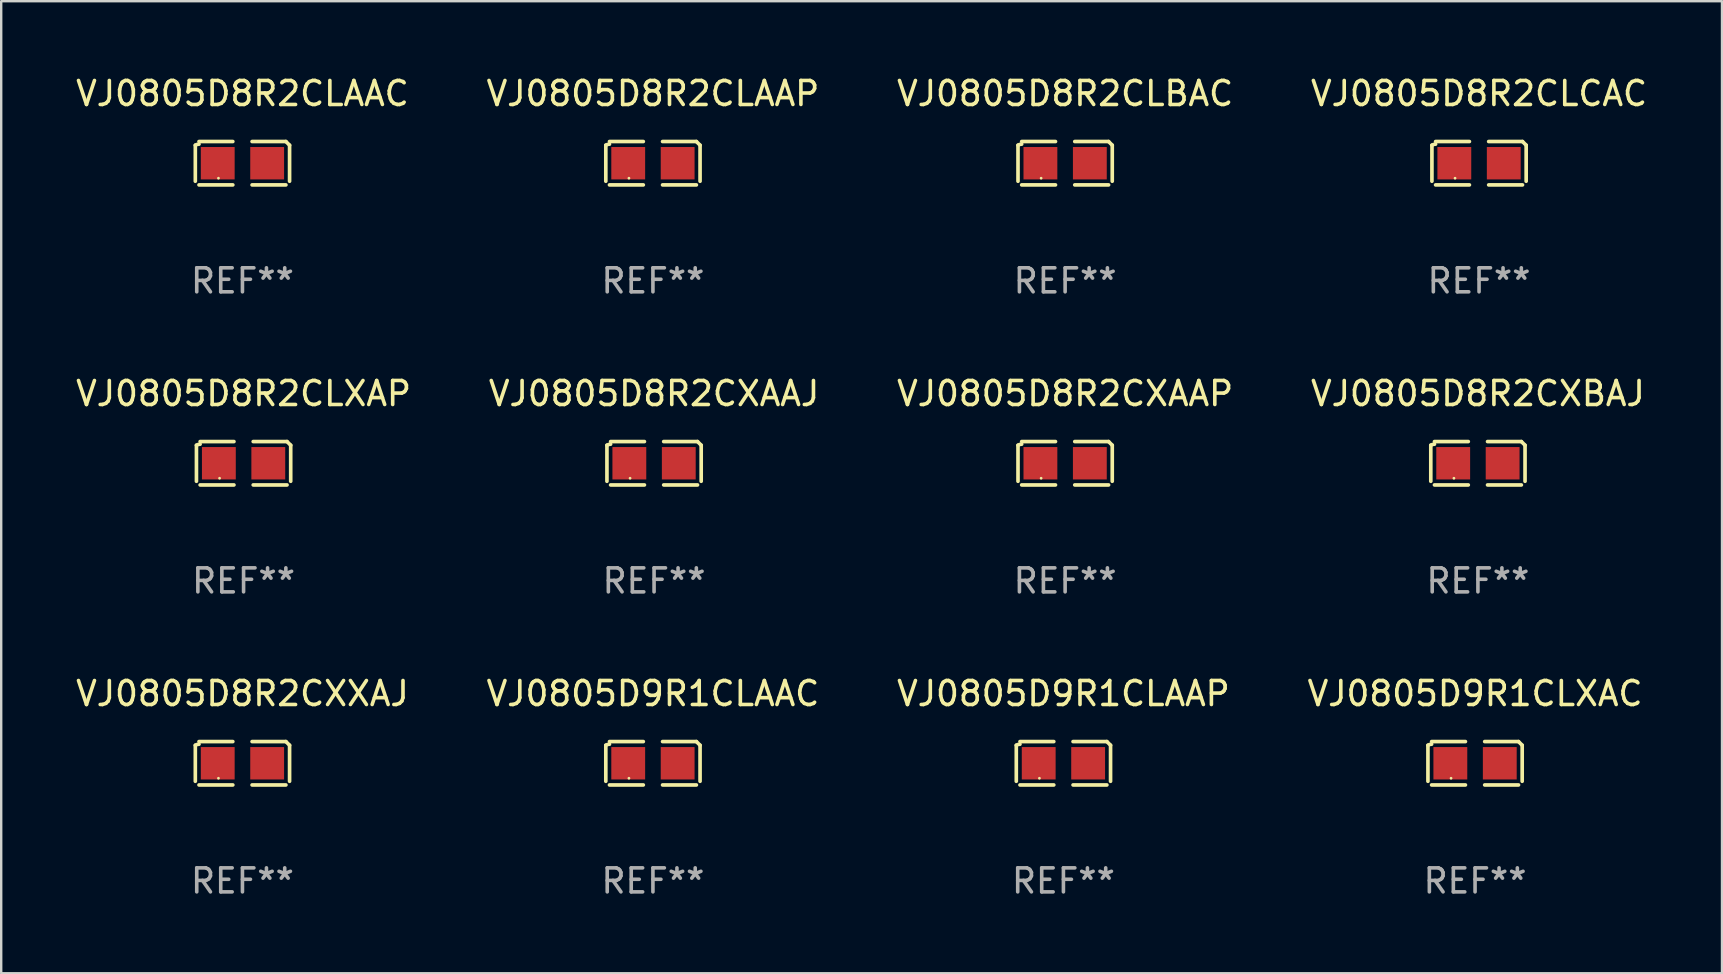
<source format=kicad_pcb>
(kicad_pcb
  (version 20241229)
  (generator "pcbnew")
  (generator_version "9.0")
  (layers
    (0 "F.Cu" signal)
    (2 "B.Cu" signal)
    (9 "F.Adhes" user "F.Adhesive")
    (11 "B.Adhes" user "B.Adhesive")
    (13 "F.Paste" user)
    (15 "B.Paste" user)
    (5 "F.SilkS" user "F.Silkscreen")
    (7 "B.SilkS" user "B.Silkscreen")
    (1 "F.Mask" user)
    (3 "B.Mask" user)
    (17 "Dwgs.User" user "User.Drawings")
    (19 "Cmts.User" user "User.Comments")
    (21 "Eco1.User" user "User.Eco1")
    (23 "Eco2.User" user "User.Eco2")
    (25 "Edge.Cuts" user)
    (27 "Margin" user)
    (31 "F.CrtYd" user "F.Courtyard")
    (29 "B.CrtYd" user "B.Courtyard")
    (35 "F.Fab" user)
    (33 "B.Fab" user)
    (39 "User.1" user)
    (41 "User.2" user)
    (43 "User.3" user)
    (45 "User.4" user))
  (footprint "VJ0805D8R2CXBAJ"
    (layer "F.Cu")
    (at 58.542 16.256)
    (property "Reference" "VJ0805D8R2CXBAJ" (at 0 -2.904 0) (layer "F.SilkS") (effects (font (size 1 1) (thickness 0.15))))
    (attr through_hole)
    (fp_line (start -1.964 0.751) (end -1.964 -0.751) (stroke (width 0.152) (type solid)) (layer "F.SilkS"))
    (fp_line (start -1.811 -0.904) (end -0.401 -0.904) (stroke (width 0.152) (type solid)) (layer "F.SilkS"))
    (fp_line (start -0.401 0.904) (end -1.811 0.904) (stroke (width 0.152) (type solid)) (layer "F.SilkS"))
    (fp_line (start 0.401 0.904) (end 1.811 0.904) (stroke (width 0.152) (type solid)) (layer "F.SilkS"))
    (fp_line (start 1.811 -0.904) (end 0.401 -0.904) (stroke (width 0.152) (type solid)) (layer "F.SilkS"))
    (fp_line (start 1.964 0.751) (end 1.964 -0.751) (stroke (width 0.152) (type solid)) (layer "F.SilkS"))
    (fp_arc (start -1.963602 -0.751207) (mid -1.890354 -0.783131) (end -1.811201 -0.794044) (stroke (width 0.1524) (type solid)) (layer "F.SilkS"))
    (fp_arc (start 1.811202 -0.903607) (mid 1.887413 -0.827418) (end 1.963602 -0.751207) (stroke (width 0.1524) (type solid)) (layer "F.SilkS"))
    (fp_circle (center -1 0.625) (end -0.97 0.625) (stroke (width 0.06) (type solid)) (fill no) (layer "F.SilkS"))
    (fp_text user "REF**" (at 0 4.904 0) (layer "F.Fab") (effects (font (size 1 1) (thickness 0.15))))
    (pad "1" smd rect (at -1.03 0) (size 1.41 1.35) (layers "F.Cu" "F.Mask" "F.Paste"))
    (pad "2" smd rect (at 1.03 0) (size 1.41 1.35) (layers "F.Cu" "F.Mask" "F.Paste")))
  (footprint "VJ0805D8R2CLCAC"
    (layer "F.Cu")
    (at 58.589 3.752)
    (property "Reference" "VJ0805D8R2CLCAC" (at 0 -2.904 0) (layer "F.SilkS") (effects (font (size 1 1) (thickness 0.15))))
    (attr through_hole)
    (fp_line (start -1.964 0.751) (end -1.964 -0.751) (stroke (width 0.152) (type solid)) (layer "F.SilkS"))
    (fp_line (start -1.811 -0.904) (end -0.401 -0.904) (stroke (width 0.152) (type solid)) (layer "F.SilkS"))
    (fp_line (start -0.401 0.904) (end -1.811 0.904) (stroke (width 0.152) (type solid)) (layer "F.SilkS"))
    (fp_line (start 0.401 0.904) (end 1.811 0.904) (stroke (width 0.152) (type solid)) (layer "F.SilkS"))
    (fp_line (start 1.811 -0.904) (end 0.401 -0.904) (stroke (width 0.152) (type solid)) (layer "F.SilkS"))
    (fp_line (start 1.964 0.751) (end 1.964 -0.751) (stroke (width 0.152) (type solid)) (layer "F.SilkS"))
    (fp_arc (start -1.963602 -0.751207) (mid -1.890354 -0.783131) (end -1.811201 -0.794044) (stroke (width 0.1524) (type solid)) (layer "F.SilkS"))
    (fp_arc (start 1.811202 -0.903607) (mid 1.887413 -0.827418) (end 1.963602 -0.751207) (stroke (width 0.1524) (type solid)) (layer "F.SilkS"))
    (fp_circle (center -1 0.625) (end -0.97 0.625) (stroke (width 0.06) (type solid)) (fill no) (layer "F.SilkS"))
    (fp_text user "REF**" (at 0 4.904 0) (layer "F.Fab") (effects (font (size 1 1) (thickness 0.15))))
    (pad "1" smd rect (at -1.03 0) (size 1.41 1.35) (layers "F.Cu" "F.Mask" "F.Paste"))
    (pad "2" smd rect (at 1.03 0) (size 1.41 1.35) (layers "F.Cu" "F.Mask" "F.Paste")))
  (footprint "VJ0805D8R2CXAAJ"
    (layer "F.Cu")
    (at 24.208 16.256)
    (property "Reference" "VJ0805D8R2CXAAJ" (at 0 -2.904 0) (layer "F.SilkS") (effects (font (size 1 1) (thickness 0.15))))
    (attr through_hole)
    (fp_line (start -1.964 0.751) (end -1.964 -0.751) (stroke (width 0.152) (type solid)) (layer "F.SilkS"))
    (fp_line (start -1.811 -0.904) (end -0.401 -0.904) (stroke (width 0.152) (type solid)) (layer "F.SilkS"))
    (fp_line (start -0.401 0.904) (end -1.811 0.904) (stroke (width 0.152) (type solid)) (layer "F.SilkS"))
    (fp_line (start 0.401 0.904) (end 1.811 0.904) (stroke (width 0.152) (type solid)) (layer "F.SilkS"))
    (fp_line (start 1.811 -0.904) (end 0.401 -0.904) (stroke (width 0.152) (type solid)) (layer "F.SilkS"))
    (fp_line (start 1.964 0.751) (end 1.964 -0.751) (stroke (width 0.152) (type solid)) (layer "F.SilkS"))
    (fp_arc (start -1.963602 -0.751207) (mid -1.890354 -0.783131) (end -1.811201 -0.794044) (stroke (width 0.1524) (type solid)) (layer "F.SilkS"))
    (fp_arc (start 1.811202 -0.903607) (mid 1.887413 -0.827418) (end 1.963602 -0.751207) (stroke (width 0.1524) (type solid)) (layer "F.SilkS"))
    (fp_circle (center -1 0.625) (end -0.97 0.625) (stroke (width 0.06) (type solid)) (fill no) (layer "F.SilkS"))
    (fp_text user "REF**" (at 0 4.904 0) (layer "F.Fab") (effects (font (size 1 1) (thickness 0.15))))
    (pad "1" smd rect (at -1.03 0) (size 1.41 1.35) (layers "F.Cu" "F.Mask" "F.Paste"))
    (pad "2" smd rect (at 1.03 0) (size 1.41 1.35) (layers "F.Cu" "F.Mask" "F.Paste")))
  (footprint "VJ0805D8R2CXXAJ"
    (layer "F.Cu")
    (at 7.054 28.759)
    (property "Reference" "VJ0805D8R2CXXAJ" (at 0 -2.904 0) (layer "F.SilkS") (effects (font (size 1 1) (thickness 0.15))))
    (attr through_hole)
    (fp_line (start -1.964 0.751) (end -1.964 -0.751) (stroke (width 0.152) (type solid)) (layer "F.SilkS"))
    (fp_line (start -1.811 -0.904) (end -0.401 -0.904) (stroke (width 0.152) (type solid)) (layer "F.SilkS"))
    (fp_line (start -0.401 0.904) (end -1.811 0.904) (stroke (width 0.152) (type solid)) (layer "F.SilkS"))
    (fp_line (start 0.401 0.904) (end 1.811 0.904) (stroke (width 0.152) (type solid)) (layer "F.SilkS"))
    (fp_line (start 1.811 -0.904) (end 0.401 -0.904) (stroke (width 0.152) (type solid)) (layer "F.SilkS"))
    (fp_line (start 1.964 0.751) (end 1.964 -0.751) (stroke (width 0.152) (type solid)) (layer "F.SilkS"))
    (fp_arc (start -1.963602 -0.751207) (mid -1.890354 -0.783131) (end -1.811201 -0.794044) (stroke (width 0.1524) (type solid)) (layer "F.SilkS"))
    (fp_arc (start 1.811202 -0.903607) (mid 1.887413 -0.827418) (end 1.963602 -0.751207) (stroke (width 0.1524) (type solid)) (layer "F.SilkS"))
    (fp_circle (center -1 0.625) (end -0.97 0.625) (stroke (width 0.06) (type solid)) (fill no) (layer "F.SilkS"))
    (fp_text user "REF**" (at 0 4.904 0) (layer "F.Fab") (effects (font (size 1 1) (thickness 0.15))))
    (pad "1" smd rect (at -1.03 0) (size 1.41 1.35) (layers "F.Cu" "F.Mask" "F.Paste"))
    (pad "2" smd rect (at 1.03 0) (size 1.41 1.35) (layers "F.Cu" "F.Mask" "F.Paste")))
  (footprint "VJ0805D8R2CXAAP"
    (layer "F.Cu")
    (at 41.339 16.256)
    (property "Reference" "VJ0805D8R2CXAAP" (at 0 -2.904 0) (layer "F.SilkS") (effects (font (size 1 1) (thickness 0.15))))
    (attr through_hole)
    (fp_line (start -1.964 0.751) (end -1.964 -0.751) (stroke (width 0.152) (type solid)) (layer "F.SilkS"))
    (fp_line (start -1.811 -0.904) (end -0.401 -0.904) (stroke (width 0.152) (type solid)) (layer "F.SilkS"))
    (fp_line (start -0.401 0.904) (end -1.811 0.904) (stroke (width 0.152) (type solid)) (layer "F.SilkS"))
    (fp_line (start 0.401 0.904) (end 1.811 0.904) (stroke (width 0.152) (type solid)) (layer "F.SilkS"))
    (fp_line (start 1.811 -0.904) (end 0.401 -0.904) (stroke (width 0.152) (type solid)) (layer "F.SilkS"))
    (fp_line (start 1.964 0.751) (end 1.964 -0.751) (stroke (width 0.152) (type solid)) (layer "F.SilkS"))
    (fp_arc (start -1.963602 -0.751207) (mid -1.890354 -0.783131) (end -1.811201 -0.794044) (stroke (width 0.1524) (type solid)) (layer "F.SilkS"))
    (fp_arc (start 1.811202 -0.903607) (mid 1.887413 -0.827418) (end 1.963602 -0.751207) (stroke (width 0.1524) (type solid)) (layer "F.SilkS"))
    (fp_circle (center -1 0.625) (end -0.97 0.625) (stroke (width 0.06) (type solid)) (fill no) (layer "F.SilkS"))
    (fp_text user "REF**" (at 0 4.904 0) (layer "F.Fab") (effects (font (size 1 1) (thickness 0.15))))
    (pad "1" smd rect (at -1.03 0) (size 1.41 1.35) (layers "F.Cu" "F.Mask" "F.Paste"))
    (pad "2" smd rect (at 1.03 0) (size 1.41 1.35) (layers "F.Cu" "F.Mask" "F.Paste")))
  (footprint "VJ0805D8R2CLXAP"
    (layer "F.Cu")
    (at 7.101 16.256)
    (property "Reference" "VJ0805D8R2CLXAP" (at 0 -2.904 0) (layer "F.SilkS") (effects (font (size 1 1) (thickness 0.15))))
    (attr through_hole)
    (fp_line (start -1.964 0.751) (end -1.964 -0.751) (stroke (width 0.152) (type solid)) (layer "F.SilkS"))
    (fp_line (start -1.811 -0.904) (end -0.401 -0.904) (stroke (width 0.152) (type solid)) (layer "F.SilkS"))
    (fp_line (start -0.401 0.904) (end -1.811 0.904) (stroke (width 0.152) (type solid)) (layer "F.SilkS"))
    (fp_line (start 0.401 0.904) (end 1.811 0.904) (stroke (width 0.152) (type solid)) (layer "F.SilkS"))
    (fp_line (start 1.811 -0.904) (end 0.401 -0.904) (stroke (width 0.152) (type solid)) (layer "F.SilkS"))
    (fp_line (start 1.964 0.751) (end 1.964 -0.751) (stroke (width 0.152) (type solid)) (layer "F.SilkS"))
    (fp_arc (start -1.963602 -0.751207) (mid -1.890354 -0.783131) (end -1.811201 -0.794044) (stroke (width 0.1524) (type solid)) (layer "F.SilkS"))
    (fp_arc (start 1.811202 -0.903607) (mid 1.887413 -0.827418) (end 1.963602 -0.751207) (stroke (width 0.1524) (type solid)) (layer "F.SilkS"))
    (fp_circle (center -1 0.625) (end -0.97 0.625) (stroke (width 0.06) (type solid)) (fill no) (layer "F.SilkS"))
    (fp_text user "REF**" (at 0 4.904 0) (layer "F.Fab") (effects (font (size 1 1) (thickness 0.15))))
    (pad "1" smd rect (at -1.03 0) (size 1.41 1.35) (layers "F.Cu" "F.Mask" "F.Paste"))
    (pad "2" smd rect (at 1.03 0) (size 1.41 1.35) (layers "F.Cu" "F.Mask" "F.Paste")))
  (footprint "VJ0805D8R2CLAAC"
    (layer "F.Cu")
    (at 7.054 3.752)
    (property "Reference" "VJ0805D8R2CLAAC" (at 0 -2.904 0) (layer "F.SilkS") (effects (font (size 1 1) (thickness 0.15))))
    (attr through_hole)
    (fp_line (start -1.964 0.751) (end -1.964 -0.751) (stroke (width 0.152) (type solid)) (layer "F.SilkS"))
    (fp_line (start -1.811 -0.904) (end -0.401 -0.904) (stroke (width 0.152) (type solid)) (layer "F.SilkS"))
    (fp_line (start -0.401 0.904) (end -1.811 0.904) (stroke (width 0.152) (type solid)) (layer "F.SilkS"))
    (fp_line (start 0.401 0.904) (end 1.811 0.904) (stroke (width 0.152) (type solid)) (layer "F.SilkS"))
    (fp_line (start 1.811 -0.904) (end 0.401 -0.904) (stroke (width 0.152) (type solid)) (layer "F.SilkS"))
    (fp_line (start 1.964 0.751) (end 1.964 -0.751) (stroke (width 0.152) (type solid)) (layer "F.SilkS"))
    (fp_arc (start -1.963602 -0.751207) (mid -1.890354 -0.783131) (end -1.811201 -0.794044) (stroke (width 0.1524) (type solid)) (layer "F.SilkS"))
    (fp_arc (start 1.811202 -0.903607) (mid 1.887413 -0.827418) (end 1.963602 -0.751207) (stroke (width 0.1524) (type solid)) (layer "F.SilkS"))
    (fp_circle (center -1 0.625) (end -0.97 0.625) (stroke (width 0.06) (type solid)) (fill no) (layer "F.SilkS"))
    (fp_text user "REF**" (at 0 4.904 0) (layer "F.Fab") (effects (font (size 1 1) (thickness 0.15))))
    (pad "1" smd rect (at -1.03 0) (size 1.41 1.35) (layers "F.Cu" "F.Mask" "F.Paste"))
    (pad "2" smd rect (at 1.03 0) (size 1.41 1.35) (layers "F.Cu" "F.Mask" "F.Paste")))
  (footprint "VJ0805D9R1CLAAP"
    (layer "F.Cu")
    (at 41.268 28.759)
    (property "Reference" "VJ0805D9R1CLAAP" (at 0 -2.904 0) (layer "F.SilkS") (effects (font (size 1 1) (thickness 0.15))))
    (attr through_hole)
    (fp_line (start -1.964 0.751) (end -1.964 -0.751) (stroke (width 0.152) (type solid)) (layer "F.SilkS"))
    (fp_line (start -1.811 -0.904) (end -0.401 -0.904) (stroke (width 0.152) (type solid)) (layer "F.SilkS"))
    (fp_line (start -0.401 0.904) (end -1.811 0.904) (stroke (width 0.152) (type solid)) (layer "F.SilkS"))
    (fp_line (start 0.401 0.904) (end 1.811 0.904) (stroke (width 0.152) (type solid)) (layer "F.SilkS"))
    (fp_line (start 1.811 -0.904) (end 0.401 -0.904) (stroke (width 0.152) (type solid)) (layer "F.SilkS"))
    (fp_line (start 1.964 0.751) (end 1.964 -0.751) (stroke (width 0.152) (type solid)) (layer "F.SilkS"))
    (fp_arc (start -1.963602 -0.751207) (mid -1.890354 -0.783131) (end -1.811201 -0.794044) (stroke (width 0.1524) (type solid)) (layer "F.SilkS"))
    (fp_arc (start 1.811202 -0.903607) (mid 1.887413 -0.827418) (end 1.963602 -0.751207) (stroke (width 0.1524) (type solid)) (layer "F.SilkS"))
    (fp_circle (center -1 0.625) (end -0.97 0.625) (stroke (width 0.06) (type solid)) (fill no) (layer "F.SilkS"))
    (fp_text user "REF**" (at 0 4.904 0) (layer "F.Fab") (effects (font (size 1 1) (thickness 0.15))))
    (pad "1" smd rect (at -1.03 0) (size 1.41 1.35) (layers "F.Cu" "F.Mask" "F.Paste"))
    (pad "2" smd rect (at 1.03 0) (size 1.41 1.35) (layers "F.Cu" "F.Mask" "F.Paste")))
  (footprint "VJ0805D8R2CLAAP"
    (layer "F.Cu")
    (at 24.161 3.752)
    (property "Reference" "VJ0805D8R2CLAAP" (at 0 -2.904 0) (layer "F.SilkS") (effects (font (size 1 1) (thickness 0.15))))
    (attr through_hole)
    (fp_line (start -1.964 0.751) (end -1.964 -0.751) (stroke (width 0.152) (type solid)) (layer "F.SilkS"))
    (fp_line (start -1.811 -0.904) (end -0.401 -0.904) (stroke (width 0.152) (type solid)) (layer "F.SilkS"))
    (fp_line (start -0.401 0.904) (end -1.811 0.904) (stroke (width 0.152) (type solid)) (layer "F.SilkS"))
    (fp_line (start 0.401 0.904) (end 1.811 0.904) (stroke (width 0.152) (type solid)) (layer "F.SilkS"))
    (fp_line (start 1.811 -0.904) (end 0.401 -0.904) (stroke (width 0.152) (type solid)) (layer "F.SilkS"))
    (fp_line (start 1.964 0.751) (end 1.964 -0.751) (stroke (width 0.152) (type solid)) (layer "F.SilkS"))
    (fp_arc (start -1.963602 -0.751207) (mid -1.890354 -0.783131) (end -1.811201 -0.794044) (stroke (width 0.1524) (type solid)) (layer "F.SilkS"))
    (fp_arc (start 1.811202 -0.903607) (mid 1.887413 -0.827418) (end 1.963602 -0.751207) (stroke (width 0.1524) (type solid)) (layer "F.SilkS"))
    (fp_circle (center -1 0.625) (end -0.97 0.625) (stroke (width 0.06) (type solid)) (fill no) (layer "F.SilkS"))
    (fp_text user "REF**" (at 0 4.904 0) (layer "F.Fab") (effects (font (size 1 1) (thickness 0.15))))
    (pad "1" smd rect (at -1.03 0) (size 1.41 1.35) (layers "F.Cu" "F.Mask" "F.Paste"))
    (pad "2" smd rect (at 1.03 0) (size 1.41 1.35) (layers "F.Cu" "F.Mask" "F.Paste")))
  (footprint "VJ0805D8R2CLBAC"
    (layer "F.Cu")
    (at 41.339 3.752)
    (property "Reference" "VJ0805D8R2CLBAC" (at 0 -2.904 0) (layer "F.SilkS") (effects (font (size 1 1) (thickness 0.15))))
    (attr through_hole)
    (fp_line (start -1.964 0.751) (end -1.964 -0.751) (stroke (width 0.152) (type solid)) (layer "F.SilkS"))
    (fp_line (start -1.811 -0.904) (end -0.401 -0.904) (stroke (width 0.152) (type solid)) (layer "F.SilkS"))
    (fp_line (start -0.401 0.904) (end -1.811 0.904) (stroke (width 0.152) (type solid)) (layer "F.SilkS"))
    (fp_line (start 0.401 0.904) (end 1.811 0.904) (stroke (width 0.152) (type solid)) (layer "F.SilkS"))
    (fp_line (start 1.811 -0.904) (end 0.401 -0.904) (stroke (width 0.152) (type solid)) (layer "F.SilkS"))
    (fp_line (start 1.964 0.751) (end 1.964 -0.751) (stroke (width 0.152) (type solid)) (layer "F.SilkS"))
    (fp_arc (start -1.963602 -0.751207) (mid -1.890354 -0.783131) (end -1.811201 -0.794044) (stroke (width 0.1524) (type solid)) (layer "F.SilkS"))
    (fp_arc (start 1.811202 -0.903607) (mid 1.887413 -0.827418) (end 1.963602 -0.751207) (stroke (width 0.1524) (type solid)) (layer "F.SilkS"))
    (fp_circle (center -1 0.625) (end -0.97 0.625) (stroke (width 0.06) (type solid)) (fill no) (layer "F.SilkS"))
    (fp_text user "REF**" (at 0 4.904 0) (layer "F.Fab") (effects (font (size 1 1) (thickness 0.15))))
    (pad "1" smd rect (at -1.03 0) (size 1.41 1.35) (layers "F.Cu" "F.Mask" "F.Paste"))
    (pad "2" smd rect (at 1.03 0) (size 1.41 1.35) (layers "F.Cu" "F.Mask" "F.Paste")))
  (footprint "VJ0805D9R1CLAAC"
    (layer "F.Cu")
    (at 24.161 28.759)
    (property "Reference" "VJ0805D9R1CLAAC" (at 0 -2.904 0) (layer "F.SilkS") (effects (font (size 1 1) (thickness 0.15))))
    (attr through_hole)
    (fp_line (start -1.964 0.751) (end -1.964 -0.751) (stroke (width 0.152) (type solid)) (layer "F.SilkS"))
    (fp_line (start -1.811 -0.904) (end -0.401 -0.904) (stroke (width 0.152) (type solid)) (layer "F.SilkS"))
    (fp_line (start -0.401 0.904) (end -1.811 0.904) (stroke (width 0.152) (type solid)) (layer "F.SilkS"))
    (fp_line (start 0.401 0.904) (end 1.811 0.904) (stroke (width 0.152) (type solid)) (layer "F.SilkS"))
    (fp_line (start 1.811 -0.904) (end 0.401 -0.904) (stroke (width 0.152) (type solid)) (layer "F.SilkS"))
    (fp_line (start 1.964 0.751) (end 1.964 -0.751) (stroke (width 0.152) (type solid)) (layer "F.SilkS"))
    (fp_arc (start -1.963602 -0.751207) (mid -1.890354 -0.783131) (end -1.811201 -0.794044) (stroke (width 0.1524) (type solid)) (layer "F.SilkS"))
    (fp_arc (start 1.811202 -0.903607) (mid 1.887413 -0.827418) (end 1.963602 -0.751207) (stroke (width 0.1524) (type solid)) (layer "F.SilkS"))
    (fp_circle (center -1 0.625) (end -0.97 0.625) (stroke (width 0.06) (type solid)) (fill no) (layer "F.SilkS"))
    (fp_text user "REF**" (at 0 4.904 0) (layer "F.Fab") (effects (font (size 1 1) (thickness 0.15))))
    (pad "1" smd rect (at -1.03 0) (size 1.41 1.35) (layers "F.Cu" "F.Mask" "F.Paste"))
    (pad "2" smd rect (at 1.03 0) (size 1.41 1.35) (layers "F.Cu" "F.Mask" "F.Paste")))
  (footprint "VJ0805D9R1CLXAC"
    (layer "F.Cu")
    (at 58.423 28.759)
    (property "Reference" "VJ0805D9R1CLXAC" (at 0 -2.904 0) (layer "F.SilkS") (effects (font (size 1 1) (thickness 0.15))))
    (attr through_hole)
    (fp_line (start -1.964 0.751) (end -1.964 -0.751) (stroke (width 0.152) (type solid)) (layer "F.SilkS"))
    (fp_line (start -1.811 -0.904) (end -0.401 -0.904) (stroke (width 0.152) (type solid)) (layer "F.SilkS"))
    (fp_line (start -0.401 0.904) (end -1.811 0.904) (stroke (width 0.152) (type solid)) (layer "F.SilkS"))
    (fp_line (start 0.401 0.904) (end 1.811 0.904) (stroke (width 0.152) (type solid)) (layer "F.SilkS"))
    (fp_line (start 1.811 -0.904) (end 0.401 -0.904) (stroke (width 0.152) (type solid)) (layer "F.SilkS"))
    (fp_line (start 1.964 0.751) (end 1.964 -0.751) (stroke (width 0.152) (type solid)) (layer "F.SilkS"))
    (fp_arc (start -1.963602 -0.751207) (mid -1.890354 -0.783131) (end -1.811201 -0.794044) (stroke (width 0.1524) (type solid)) (layer "F.SilkS"))
    (fp_arc (start 1.811202 -0.903607) (mid 1.887413 -0.827418) (end 1.963602 -0.751207) (stroke (width 0.1524) (type solid)) (layer "F.SilkS"))
    (fp_circle (center -1 0.625) (end -0.97 0.625) (stroke (width 0.06) (type solid)) (fill no) (layer "F.SilkS"))
    (fp_text user "REF**" (at 0 4.904 0) (layer "F.Fab") (effects (font (size 1 1) (thickness 0.15))))
    (pad "1" smd rect (at -1.03 0) (size 1.41 1.35) (layers "F.Cu" "F.Mask" "F.Paste"))
    (pad "2" smd rect (at 1.03 0) (size 1.41 1.35) (layers "F.Cu" "F.Mask" "F.Paste")))
  (gr_rect
    (start -3 -3)
    (end 68.714 37.511)
    (stroke (width 0.1) (type default))
    (fill no)
    (layer "Edge.Cuts")))
</source>
